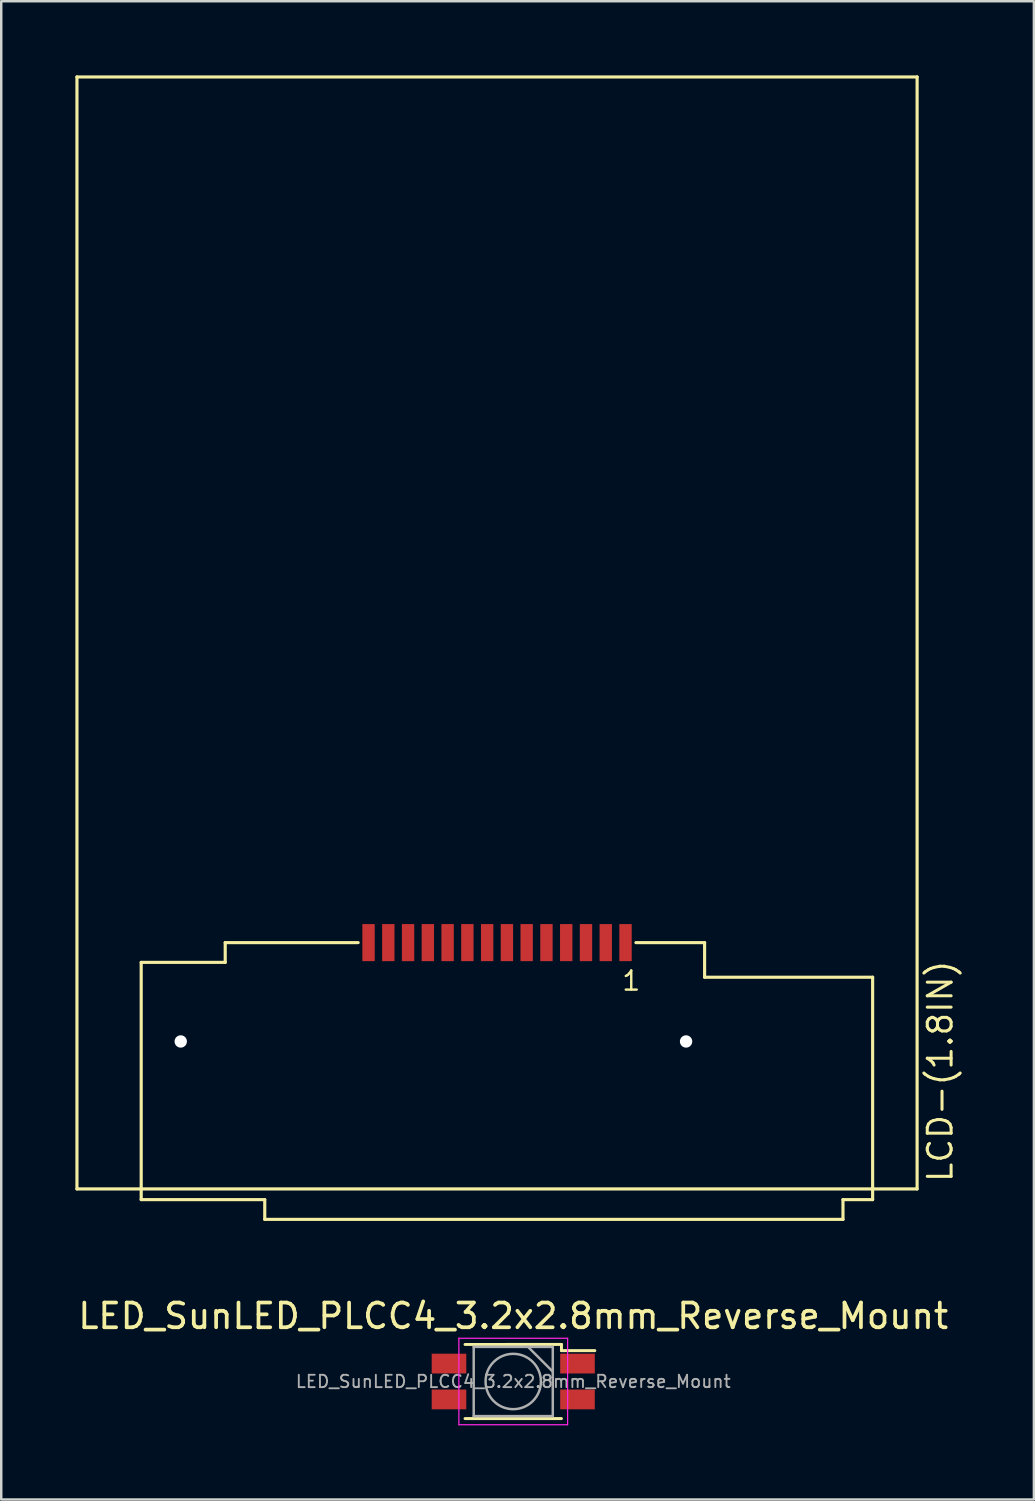
<source format=kicad_pcb>
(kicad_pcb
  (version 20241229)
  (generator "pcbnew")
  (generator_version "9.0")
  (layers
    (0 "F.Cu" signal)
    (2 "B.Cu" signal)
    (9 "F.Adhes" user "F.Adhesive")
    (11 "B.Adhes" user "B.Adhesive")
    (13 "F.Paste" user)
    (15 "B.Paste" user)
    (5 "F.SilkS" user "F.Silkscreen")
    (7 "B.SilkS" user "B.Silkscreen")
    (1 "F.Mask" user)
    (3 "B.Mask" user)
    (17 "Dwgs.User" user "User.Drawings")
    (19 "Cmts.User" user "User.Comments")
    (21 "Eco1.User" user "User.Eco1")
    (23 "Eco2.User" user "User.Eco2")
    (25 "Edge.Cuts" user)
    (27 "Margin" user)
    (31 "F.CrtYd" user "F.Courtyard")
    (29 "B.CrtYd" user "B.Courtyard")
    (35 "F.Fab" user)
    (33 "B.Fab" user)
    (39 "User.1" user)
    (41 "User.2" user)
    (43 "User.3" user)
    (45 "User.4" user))
  (footprint "LCD-(1.8IN)"
    (layer "F.Cu")
    (at 17.064 22.564)
    (property "Reference" "LCD-(1.8IN)" (at 18.5 22.3 90) (layer "F.SilkS") (effects (font (size 0.965 0.965) (thickness 0.122)) (justify left bottom)))
    (attr through_hole)
    (fp_line (start -17 -22.5) (end -17 22.5) (stroke (width 0.127) (type solid)) (layer "F.SilkS"))
    (fp_line (start -17 22.5) (end 17 22.5) (stroke (width 0.127) (type solid)) (layer "F.SilkS"))
    (fp_line (start -14.4 13.332) (end -11 13.332) (stroke (width 0.127) (type solid)) (layer "F.SilkS"))
    (fp_line (start -14.4 22.932) (end -14.4 13.332) (stroke (width 0.127) (type solid)) (layer "F.SilkS"))
    (fp_line (start -11 12.532) (end -5.62 12.532) (stroke (width 0.127) (type solid)) (layer "F.SilkS"))
    (fp_line (start -11 13.332) (end -11 12.532) (stroke (width 0.127) (type solid)) (layer "F.SilkS"))
    (fp_line (start -9.4 22.932) (end -14.4 22.932) (stroke (width 0.127) (type solid)) (layer "F.SilkS"))
    (fp_line (start -9.4 23.732) (end -9.4 22.932) (stroke (width 0.127) (type solid)) (layer "F.SilkS"))
    (fp_line (start 5.62 12.532) (end 8.4 12.532) (stroke (width 0.127) (type solid)) (layer "F.SilkS"))
    (fp_line (start 8.4 12.532) (end 8.4 13.932) (stroke (width 0.127) (type solid)) (layer "F.SilkS"))
    (fp_line (start 8.4 13.932) (end 15.2 13.932) (stroke (width 0.127) (type solid)) (layer "F.SilkS"))
    (fp_line (start 14 22.932) (end 14 23.732) (stroke (width 0.127) (type solid)) (layer "F.SilkS"))
    (fp_line (start 14 23.732) (end -9.4 23.732) (stroke (width 0.127) (type solid)) (layer "F.SilkS"))
    (fp_line (start 15.2 13.932) (end 15.2 22.932) (stroke (width 0.127) (type solid)) (layer "F.SilkS"))
    (fp_line (start 15.2 22.932) (end 14 22.932) (stroke (width 0.127) (type solid)) (layer "F.SilkS"))
    (fp_line (start 17 -22.5) (end -17 -22.5) (stroke (width 0.127) (type solid)) (layer "F.SilkS"))
    (fp_line (start 17 22.5) (end 17 -22.5) (stroke (width 0.127) (type solid)) (layer "F.SilkS"))
    (fp_text user "1" (at 4.999 14.532 0) (layer "F.SilkS") (effects (font (size 0.772 0.772) (thickness 0.098)) (justify left bottom)))
    (pad "" np_thru_hole circle (at -12.8 16.532) (size 0.5 0.5) (drill 0.5) (layers "*.Cu" "*.Mask"))
    (pad "" np_thru_hole circle (at 7.65 16.532) (size 0.5 0.5) (drill 0.5) (layers "*.Cu" "*.Mask"))
    (pad "1" smd rect (at 5.2 12.532 270) (size 1.5 0.5) (layers "F.Cu" "F.Mask" "F.Paste"))
    (pad "2" smd rect (at 4.4 12.532 270) (size 1.5 0.5) (layers "F.Cu" "F.Mask" "F.Paste"))
    (pad "3" smd rect (at 3.6 12.532 270) (size 1.5 0.5) (layers "F.Cu" "F.Mask" "F.Paste"))
    (pad "4" smd rect (at 2.8 12.532 270) (size 1.5 0.5) (layers "F.Cu" "F.Mask" "F.Paste"))
    (pad "5" smd rect (at 2 12.532 270) (size 1.5 0.5) (layers "F.Cu" "F.Mask" "F.Paste"))
    (pad "6" smd rect (at 1.2 12.532 270) (size 1.5 0.5) (layers "F.Cu" "F.Mask" "F.Paste"))
    (pad "7" smd rect (at 0.4 12.532 270) (size 1.5 0.5) (layers "F.Cu" "F.Mask" "F.Paste"))
    (pad "8" smd rect (at -0.4 12.532 270) (size 1.5 0.5) (layers "F.Cu" "F.Mask" "F.Paste"))
    (pad "9" smd rect (at -1.2 12.532 270) (size 1.5 0.5) (layers "F.Cu" "F.Mask" "F.Paste"))
    (pad "10" smd rect (at -2 12.532 270) (size 1.5 0.5) (layers "F.Cu" "F.Mask" "F.Paste"))
    (pad "11" smd rect (at -2.8 12.532 270) (size 1.5 0.5) (layers "F.Cu" "F.Mask" "F.Paste"))
    (pad "12" smd rect (at -3.6 12.532 270) (size 1.5 0.5) (layers "F.Cu" "F.Mask" "F.Paste"))
    (pad "13" smd rect (at -4.4 12.532 270) (size 1.5 0.5) (layers "F.Cu" "F.Mask" "F.Paste"))
    (pad "14" smd rect (at -5.2 12.532 270) (size 1.5 0.5) (layers "F.Cu" "F.Mask" "F.Paste")))
  (footprint "LED_SunLED_PLCC4_3.2x2.8mm_Reverse_Mount"
    (layer "F.Cu")
    (at 17.72 52.857)
    (property "Reference" "LED_SunLED_PLCC4_3.2x2.8mm_Reverse_Mount" (at 0 -2.65 0) (layer "F.SilkS") (effects (font (size 1 1) (thickness 0.15))))
    (attr smd)
    (fp_line (start -1.95 -1.499) (end 1.95 -1.5) (stroke (width 0.12) (type solid)) (layer "F.SilkS"))
    (fp_line (start -1.95 1.5) (end 1.95 1.5) (stroke (width 0.12) (type solid)) (layer "F.SilkS"))
    (fp_line (start 1.951 -1.499) (end 1.951 -1.25) (stroke (width 0.12) (type solid)) (layer "F.SilkS"))
    (fp_line (start 3.302 -1.25) (end 1.95 -1.25) (stroke (width 0.12) (type solid)) (layer "F.SilkS"))
    (fp_line (start -2.2 -1.75) (end -2.2 1.75) (stroke (width 0.05) (type solid)) (layer "F.CrtYd"))
    (fp_line (start -2.2 1.75) (end 2.2 1.75) (stroke (width 0.05) (type solid)) (layer "F.CrtYd"))
    (fp_line (start 2.2 -1.75) (end -2.2 -1.75) (stroke (width 0.05) (type solid)) (layer "F.CrtYd"))
    (fp_line (start 2.2 1.75) (end 2.2 -1.75) (stroke (width 0.05) (type solid)) (layer "F.CrtYd"))
    (fp_line (start -1.6 -1.4) (end -1.6 1.4) (stroke (width 0.1) (type solid)) (layer "F.Fab"))
    (fp_line (start -1.6 1.4) (end 1.6 1.4) (stroke (width 0.1) (type solid)) (layer "F.Fab"))
    (fp_line (start 0.6 -1.4) (end 1.6 -0.4) (stroke (width 0.1) (type solid)) (layer "F.Fab"))
    (fp_line (start 1.6 -1.4) (end -1.6 -1.4) (stroke (width 0.1) (type solid)) (layer "F.Fab"))
    (fp_line (start 1.6 1.4) (end 1.6 -1.4) (stroke (width 0.1) (type solid)) (layer "F.Fab"))
    (fp_circle (center 0 0) (end 1.12 0) (stroke (width 0.1) (type solid)) (fill no) (layer "F.Fab"))
    (fp_text user "${REFERENCE}" (at 0 0 0) (layer "F.Fab") (effects (font (size 0.5 0.5) (thickness 0.075))))
    (pad "1" smd rect (at 2.6 -0.725) (size 1.4 0.8) (layers "F.Cu" "F.Mask" "F.Paste"))
    (pad "2" smd rect (at -2.6 -0.725) (size 1.4 0.8) (layers "F.Cu" "F.Mask" "F.Paste"))
    (pad "3" smd rect (at -2.6 0.725) (size 1.4 0.8) (layers "F.Cu" "F.Mask" "F.Paste"))
    (pad "4" smd rect (at 2.6 0.725) (size 1.4 0.8) (layers "F.Cu" "F.Mask" "F.Paste")))
  (gr_rect
    (start -3 -3)
    (end 38.79 57.632)
    (stroke (width 0.1) (type default))
    (fill no)
    (layer "Edge.Cuts")))
</source>
